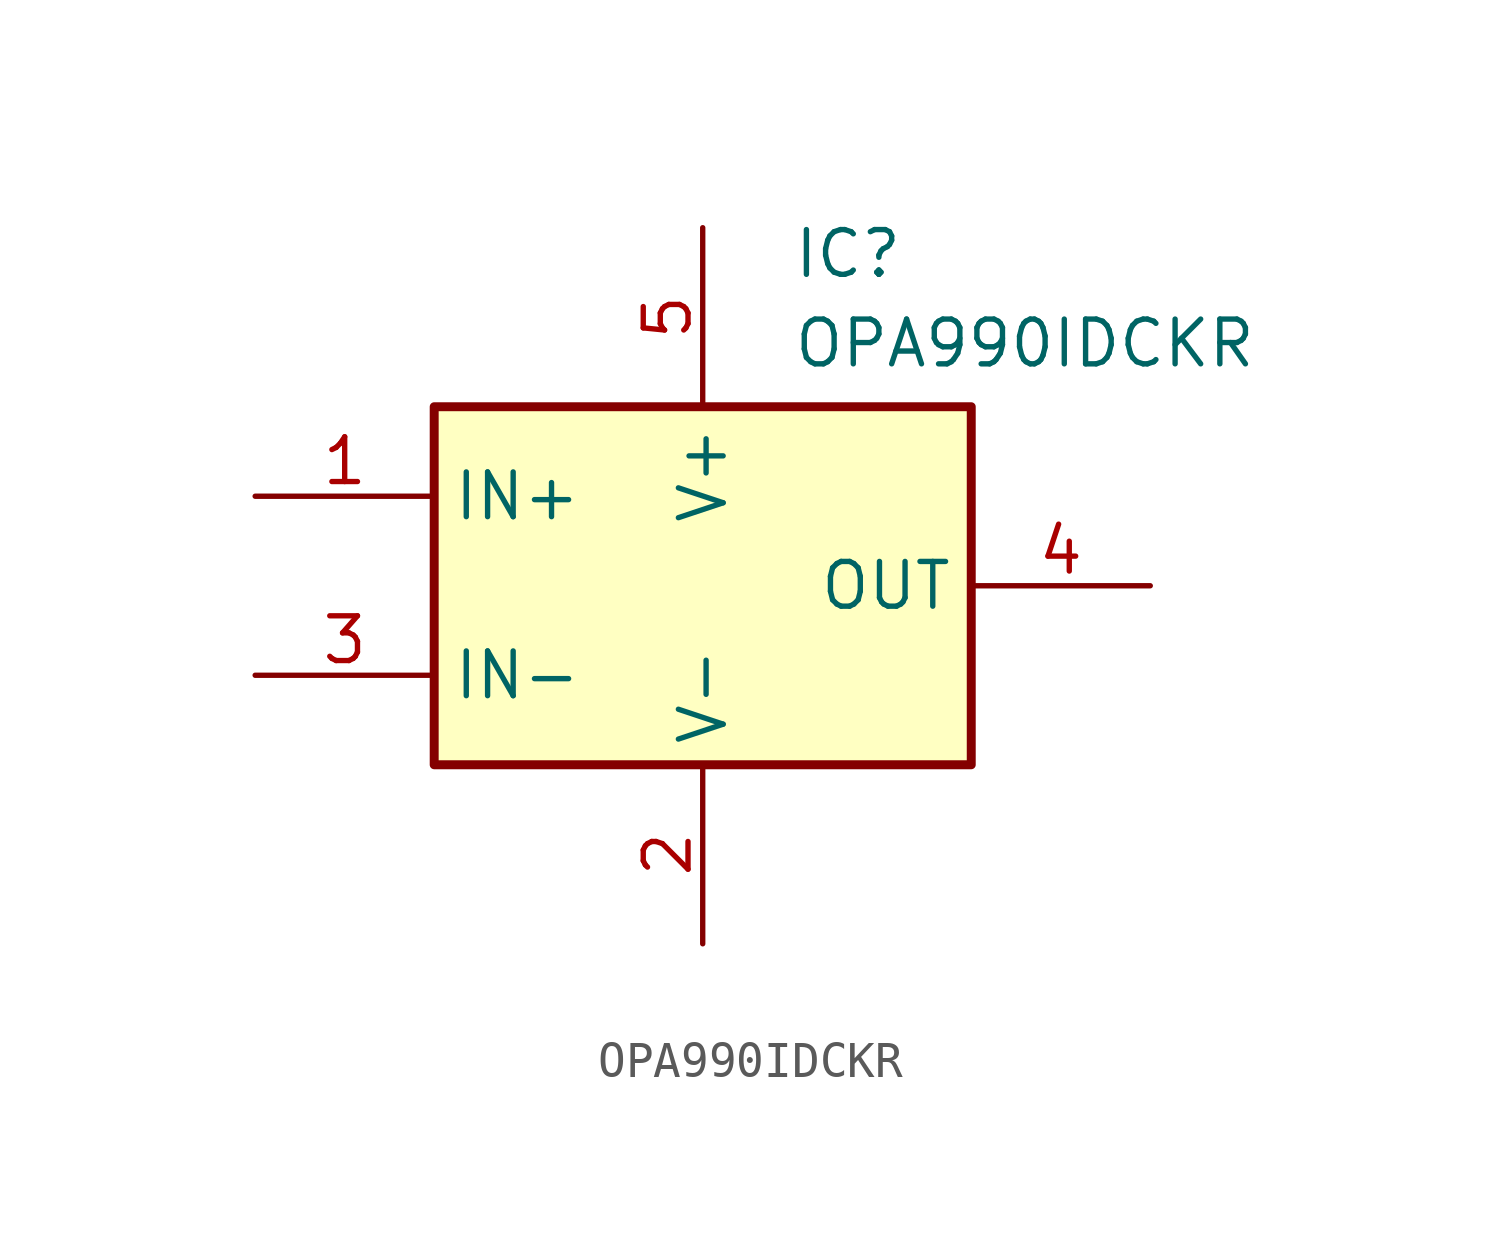
<source format=kicad_sym>
(kicad_symbol_lib
  (version 20220914)
  (generator kicad_symbol_editor)
  (symbol "OPA990IDCKR"
    (property "Reference" "IC"
      (at 15.24 7.62 0)
      (effects (font (size 1.27 1.27)) (justify left top)))
    (property "Value" "OPA990IDCKR"
      (at 15.24 5.08 0)
      (effects (font (size 1.27 1.27)) (justify left top)))
    (symbol "OPA990IDCKR_1_1"
      (rectangle (start 5.08 2.54) (end 20.32 -7.62) (stroke (width 0.254) (type default)) (fill (type background)))
      (pin passive line (at 0 0 0) (length 5.08) (name "IN+" (effects (font (size 1.27 1.27)))) (number "1" (effects (font (size 1.27 1.27)))))
      (pin passive line (at 12.7 -12.7 90) (length 5.08) (name "V-" (effects (font (size 1.27 1.27)))) (number "2" (effects (font (size 1.27 1.27)))))
      (pin passive line (at 0 -5.08 0) (length 5.08) (name "IN-" (effects (font (size 1.27 1.27)))) (number "3" (effects (font (size 1.27 1.27)))))
      (pin passive line (at 25.4 -2.54 180) (length 5.08) (name "OUT" (effects (font (size 1.27 1.27)))) (number "4" (effects (font (size 1.27 1.27)))))
      (pin passive line (at 12.7 7.62 270) (length 5.08) (name "V+" (effects (font (size 1.27 1.27)))) (number "5" (effects (font (size 1.27 1.27))))))))
</source>
